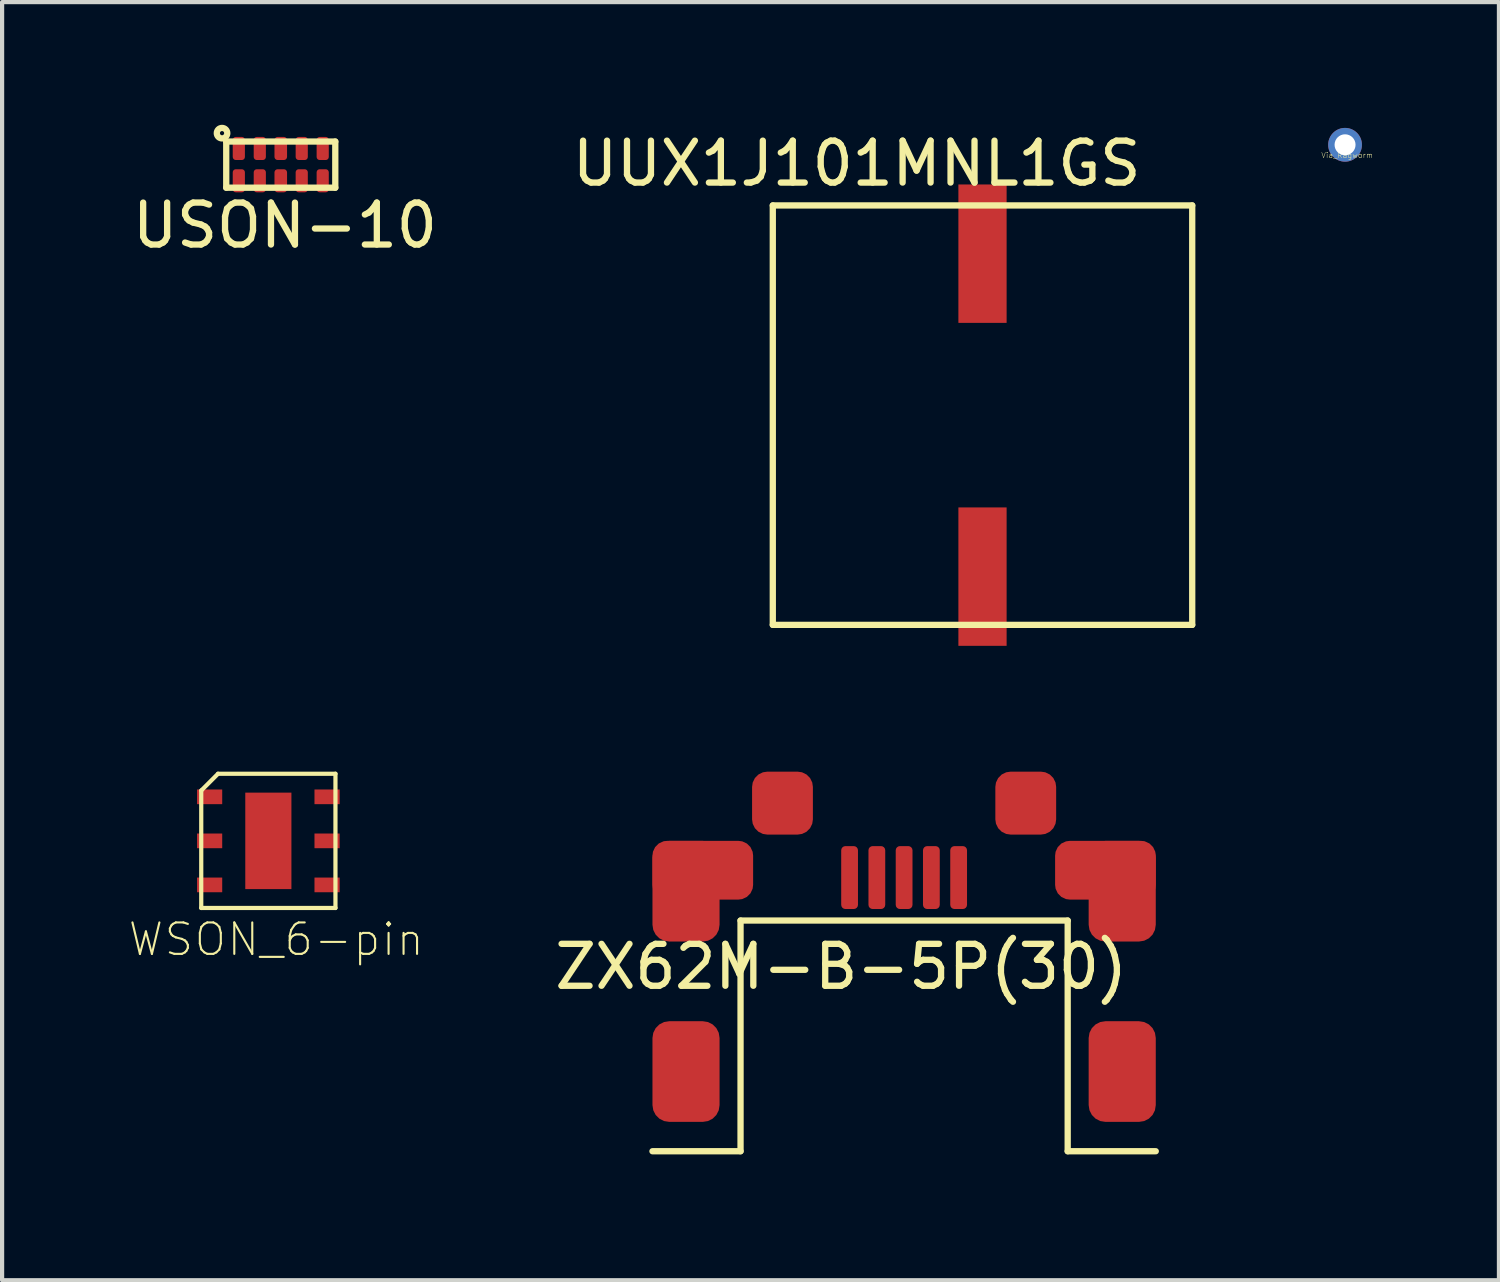
<source format=kicad_pcb>
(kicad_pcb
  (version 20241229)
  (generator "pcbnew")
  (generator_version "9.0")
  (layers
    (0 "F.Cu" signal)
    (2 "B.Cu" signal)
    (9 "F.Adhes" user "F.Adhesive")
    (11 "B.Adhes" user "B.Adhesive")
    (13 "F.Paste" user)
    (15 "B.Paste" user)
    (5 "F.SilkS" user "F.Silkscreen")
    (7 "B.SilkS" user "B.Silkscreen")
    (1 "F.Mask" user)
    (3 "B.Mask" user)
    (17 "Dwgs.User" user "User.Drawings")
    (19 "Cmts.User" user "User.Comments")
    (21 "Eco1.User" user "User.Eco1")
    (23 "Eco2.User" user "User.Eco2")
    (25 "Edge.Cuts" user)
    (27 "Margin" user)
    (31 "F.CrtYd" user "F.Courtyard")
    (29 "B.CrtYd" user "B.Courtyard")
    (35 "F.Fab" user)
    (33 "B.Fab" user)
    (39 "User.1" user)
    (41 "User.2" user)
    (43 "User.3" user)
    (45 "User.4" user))
  (footprint "UUX1J101MNL1GS"
    (layer "F.Cu")
    (at 20.375 6.848)
    (property "Reference" "UUX1J101MNL1GS" (at -3 -6 0) (layer "F.SilkS") (effects (font (size 1 1) (thickness 0.15))))
    (attr through_hole)
    (fp_line (start -5 -5) (end 5 -5) (stroke (width 0.15) (type solid)) (layer "F.SilkS"))
    (fp_line (start -5 5) (end -5 -5) (stroke (width 0.15) (type solid)) (layer "F.SilkS"))
    (fp_line (start 5 -5) (end 5 5) (stroke (width 0.15) (type solid)) (layer "F.SilkS"))
    (fp_line (start 5 5) (end -5 5) (stroke (width 0.15) (type solid)) (layer "F.SilkS"))
    (pad "1" smd rect (at 0 -3.85) (size 1.15 3.3) (layers "F.Cu" "F.Mask" "F.Paste"))
    (pad "2" smd rect (at 0 3.85) (size 1.15 3.3) (layers "F.Cu" "F.Mask" "F.Paste")))
  (footprint "WSON_6-pin"
    (layer "F.Cu")
    (at 3.348 16.998)
    (property "Reference" "WSON_6-pin" (at 0.188 2.35 0) (layer "F.SilkS") (effects (font (size 0.75 0.75) (thickness 0.05))))
    (attr through_hole)
    (fp_line (start -1.6 -1.2) (end -1.6 1.6) (stroke (width 0.1) (type solid)) (layer "F.SilkS"))
    (fp_line (start -1.6 1.6) (end 1.6 1.6) (stroke (width 0.1) (type solid)) (layer "F.SilkS"))
    (fp_line (start -1.2 -1.6) (end -1.6 -1.2) (stroke (width 0.1) (type solid)) (layer "F.SilkS"))
    (fp_line (start 1.6 -1.6) (end -1.2 -1.6) (stroke (width 0.1) (type solid)) (layer "F.SilkS"))
    (fp_line (start 1.6 1.6) (end 1.6 -1.6) (stroke (width 0.1) (type solid)) (layer "F.SilkS"))
    (pad "1" smd rect (at -1.4 -1.05) (size 0.6 0.35) (layers "F.Cu" "F.Mask" "F.Paste"))
    (pad "2" smd rect (at -1.4 0) (size 0.6 0.35) (layers "F.Cu" "F.Mask" "F.Paste"))
    (pad "3" smd rect (at -1.4 1.05) (size 0.6 0.35) (layers "F.Cu" "F.Mask" "F.Paste"))
    (pad "4" smd rect (at 1.4 1.05) (size 0.6 0.35) (layers "F.Cu" "F.Mask" "F.Paste"))
    (pad "5" smd rect (at 1.4 0) (size 0.6 0.35) (layers "F.Cu" "F.Mask" "F.Paste"))
    (pad "6" smd rect (at 1.4 -1.05) (size 0.6 0.35) (layers "F.Cu" "F.Mask" "F.Paste"))
    (pad "7" smd rect (at 0 0) (size 1.1 2.3) (layers "F.Cu" "F.Mask" "F.Paste")))
  (footprint "ZX62M-B-5P(30)"
    (layer "F.Cu")
    (at 18.506 22.498)
    (property "Reference" "ZX62M-B-5P(30)" (at -1.5 -2.5 0) (layer "F.SilkS") (effects (font (size 1 1) (thickness 0.15))))
    (attr through_hole)
    (fp_line (start -3.9 -3.6) (end -3.9 1.9) (stroke (width 0.15) (type solid)) (layer "F.SilkS"))
    (fp_line (start -3.9 -3.6) (end 3.9 -3.6) (stroke (width 0.15) (type solid)) (layer "F.SilkS"))
    (fp_line (start -3.9 1.9) (end -6 1.9) (stroke (width 0.15) (type solid)) (layer "F.SilkS"))
    (fp_line (start 3.9 -3.6) (end 3.9 1.9) (stroke (width 0.15) (type solid)) (layer "F.SilkS"))
    (fp_line (start 3.9 1.9) (end 6 1.9) (stroke (width 0.15) (type solid)) (layer "F.SilkS"))
    (pad "1" smd roundrect (at -1.3 -4.625) (size 0.4 1.5) (layers "F.Cu" "F.Mask" "F.Paste") (roundrect_rratio 0.25))
    (pad "2" smd roundrect (at -0.65 -4.625) (size 0.4 1.5) (layers "F.Cu" "F.Mask" "F.Paste") (roundrect_rratio 0.25))
    (pad "3" smd roundrect (at 0 -4.625) (size 0.4 1.5) (layers "F.Cu" "F.Mask" "F.Paste") (roundrect_rratio 0.25))
    (pad "4" smd roundrect (at 0.65 -4.625 180) (size 0.4 1.5) (layers "F.Cu" "F.Mask" "F.Paste") (roundrect_rratio 0.25))
    (pad "5" smd roundrect (at 1.3 -4.625) (size 0.4 1.5) (layers "F.Cu" "F.Mask" "F.Paste") (roundrect_rratio 0.25))
    (pad "6" smd roundrect (at -5.2 -4.3) (size 1.6 2.4) (layers "F.Cu" "F.Mask" "F.Paste") (roundrect_rratio 0.25))
    (pad "6" smd roundrect (at -5.2 0) (size 1.6 2.4) (layers "F.Cu" "F.Mask" "F.Paste") (roundrect_rratio 0.25))
    (pad "6" smd roundrect (at -4.8 -4.8) (size 2.4 1.4) (layers "F.Cu" "F.Mask" "F.Paste") (roundrect_rratio 0.25))
    (pad "6" smd roundrect (at -2.9 -6.4) (size 1.45 1.5) (layers "F.Cu" "F.Mask" "F.Paste") (roundrect_rratio 0.25))
    (pad "6" smd roundrect (at 2.9 -6.4) (size 1.45 1.5) (layers "F.Cu" "F.Mask" "F.Paste") (roundrect_rratio 0.25))
    (pad "6" smd roundrect (at 4.8 -4.8) (size 2.4 1.4) (layers "F.Cu" "F.Mask" "F.Paste") (roundrect_rratio 0.25))
    (pad "6" smd roundrect (at 5.2 -4.3) (size 1.6 2.4) (layers "F.Cu" "F.Mask" "F.Paste") (roundrect_rratio 0.25))
    (pad "6" smd roundrect (at 5.2 0) (size 1.6 2.4) (layers "F.Cu" "F.Mask" "F.Paste") (roundrect_rratio 0.25)))
  (footprint "Via_Ragworm"
    (layer "F.Cu")
    (at 29.019 0.402)
    (property "Reference" "Via_Ragworm" (at 0.05 0.25 0) (layer "F.SilkS") (effects (font (size 0.127 0.127) (thickness 0.01))))
    (attr through_hole)
    (pad "1" thru_hole circle (at 0 0) (size 0.805 0.805) (drill 0.5) (layers "*.Cu")))
  (footprint "USON-10"
    (layer "F.Cu")
    (at 3.644 0.875)
    (property "Reference" "USON-10" (at 0.1 1.45 0) (layer "F.SilkS") (effects (font (size 1 1) (thickness 0.15))))
    (attr smd)
    (fp_line (start -1.3 -0.55) (end 1.3 -0.55) (stroke (width 0.15) (type solid)) (layer "F.SilkS"))
    (fp_line (start -1.3 0.55) (end -1.3 -0.55) (stroke (width 0.15) (type solid)) (layer "F.SilkS"))
    (fp_line (start 1.3 -0.55) (end 1.3 0.55) (stroke (width 0.15) (type solid)) (layer "F.SilkS"))
    (fp_line (start 1.3 0.55) (end -1.3 0.55) (stroke (width 0.15) (type solid)) (layer "F.SilkS"))
    (fp_circle (center -1.4 -0.75) (end -1.4 -0.8) (stroke (width 0.15) (type solid)) (fill no) (layer "F.SilkS"))
    (pad "1" smd roundrect (at -1 -0.385) (size 0.29 0.55) (layers "F.Cu" "F.Mask" "F.Paste") (roundrect_rratio 0.25))
    (pad "2" smd roundrect (at -0.5 -0.385) (size 0.29 0.55) (layers "F.Cu" "F.Mask" "F.Paste") (roundrect_rratio 0.25))
    (pad "3" smd roundrect (at 0 -0.385) (size 0.3 0.55) (layers "F.Cu" "F.Mask" "F.Paste") (roundrect_rratio 0.25))
    (pad "4" smd roundrect (at 0.5 -0.385) (size 0.29 0.55) (layers "F.Cu" "F.Mask" "F.Paste") (roundrect_rratio 0.25))
    (pad "5" smd roundrect (at 1 -0.385) (size 0.29 0.55) (layers "F.Cu" "F.Mask" "F.Paste") (roundrect_rratio 0.25))
    (pad "6" smd roundrect (at 1 0.385) (size 0.29 0.55) (layers "F.Cu" "F.Mask" "F.Paste") (roundrect_rratio 0.25))
    (pad "7" smd roundrect (at 0.5 0.385) (size 0.29 0.55) (layers "F.Cu" "F.Mask" "F.Paste") (roundrect_rratio 0.25))
    (pad "8" smd roundrect (at 0 0.385) (size 0.3 0.55) (layers "F.Cu" "F.Mask" "F.Paste") (roundrect_rratio 0.25))
    (pad "9" smd roundrect (at -0.5 0.385) (size 0.29 0.55) (layers "F.Cu" "F.Mask" "F.Paste") (roundrect_rratio 0.25))
    (pad "10" smd roundrect (at -1 0.385) (size 0.29 0.55) (layers "F.Cu" "F.Mask" "F.Paste") (roundrect_rratio 0.25)))
  (gr_rect
    (start -3 -3)
    (end 32.688 27.473)
    (stroke (width 0.1) (type default))
    (fill no)
    (layer "Edge.Cuts")))
</source>
